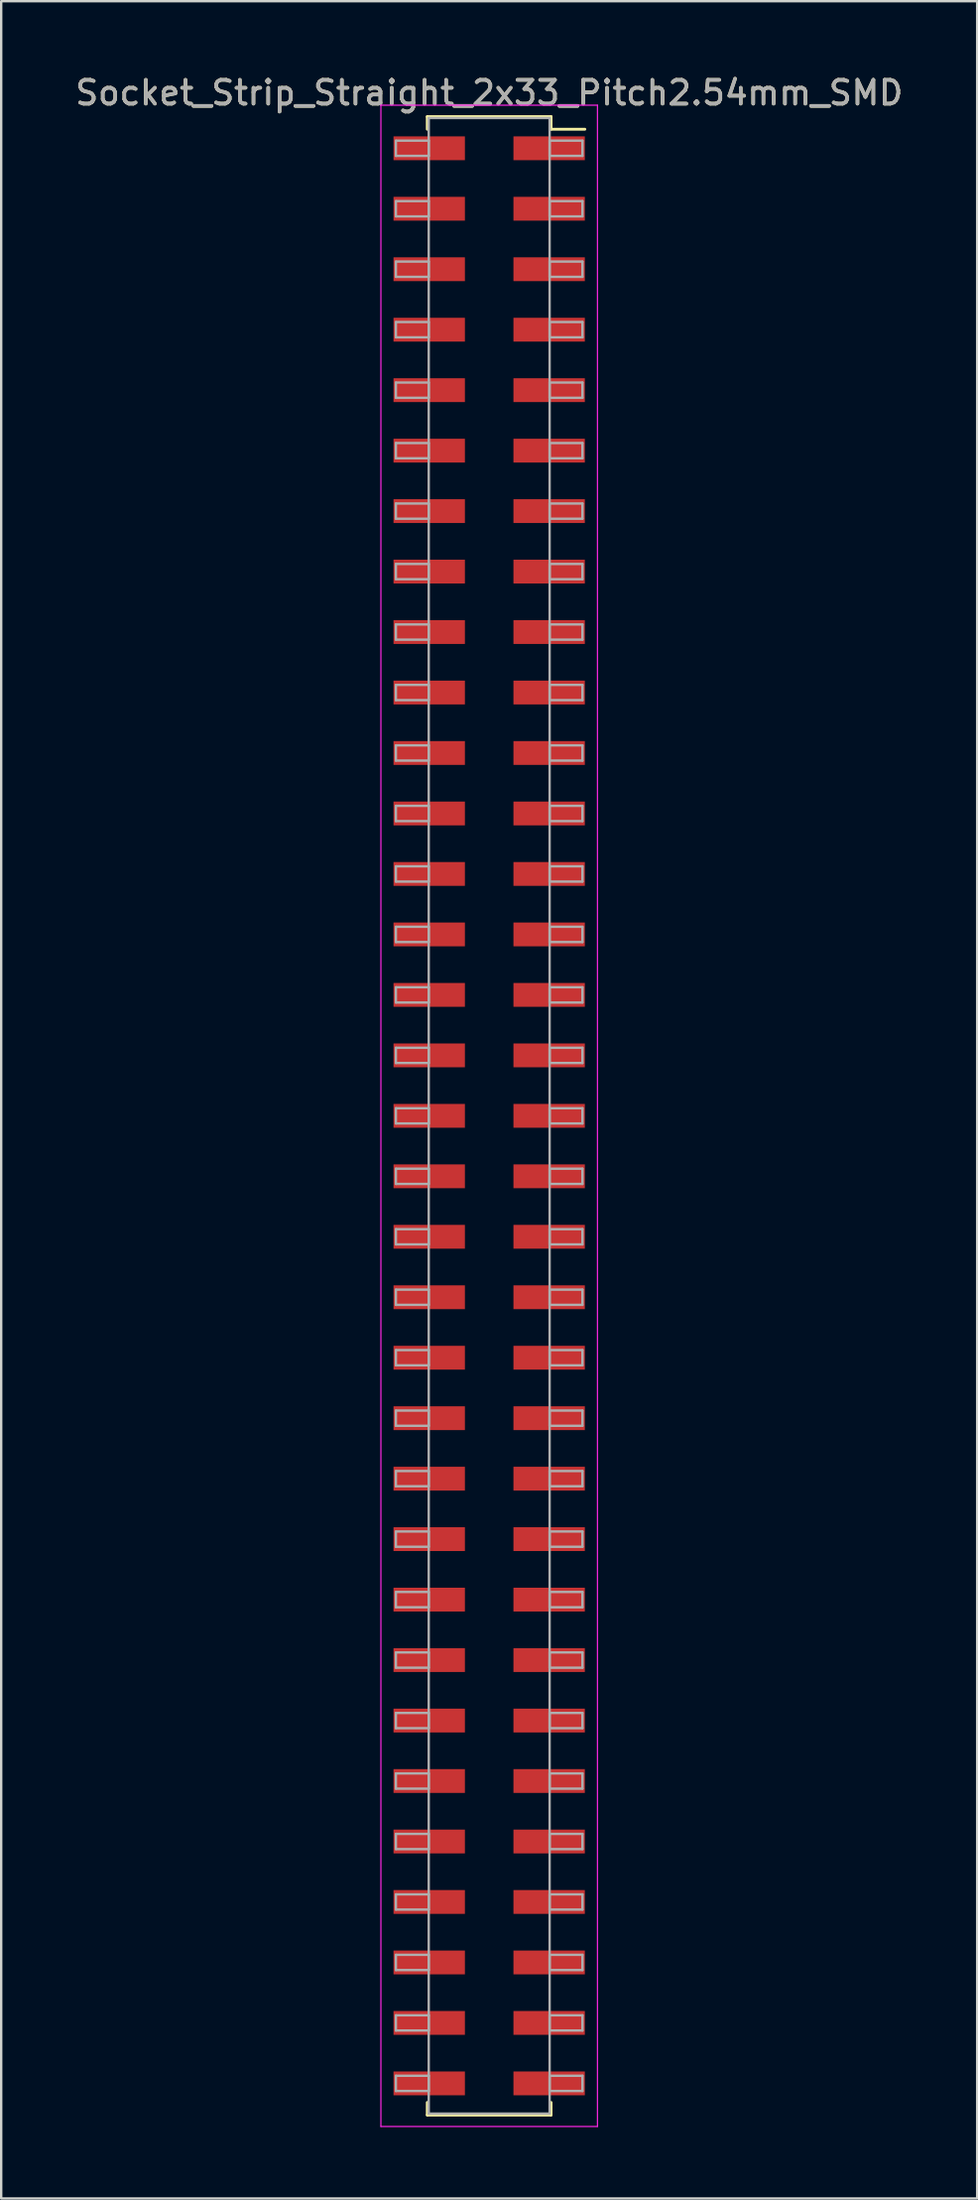
<source format=kicad_pcb>
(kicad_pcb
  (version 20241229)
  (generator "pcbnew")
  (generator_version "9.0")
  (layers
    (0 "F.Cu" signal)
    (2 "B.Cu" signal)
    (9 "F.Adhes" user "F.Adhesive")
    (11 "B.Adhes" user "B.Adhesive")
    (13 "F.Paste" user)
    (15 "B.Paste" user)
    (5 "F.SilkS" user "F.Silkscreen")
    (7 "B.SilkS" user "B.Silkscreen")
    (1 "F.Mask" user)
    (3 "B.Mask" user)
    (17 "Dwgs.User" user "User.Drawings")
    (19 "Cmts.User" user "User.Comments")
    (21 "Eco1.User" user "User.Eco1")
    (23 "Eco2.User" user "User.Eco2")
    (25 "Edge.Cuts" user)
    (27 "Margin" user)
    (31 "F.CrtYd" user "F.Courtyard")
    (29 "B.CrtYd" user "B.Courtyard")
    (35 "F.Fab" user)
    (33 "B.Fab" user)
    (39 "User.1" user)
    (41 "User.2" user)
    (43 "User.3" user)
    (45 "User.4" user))
  (footprint "Socket_Strip_Straight_2x33_Pitch2.54mm_SMD"
    (layer "F.Cu")
    (at 17.506 43.818)
    (property "Reference" "Socket_Strip_Straight_2x33_Pitch2.54mm_SMD" (at 0 -42.97 0) (layer "F.SilkS") (effects (font (size 1 1) (thickness 0.15))))
    (attr smd)
    (fp_line (start -2.6 -41.97) (end 2.6 -41.97) (stroke (width 0.12) (type solid)) (layer "F.SilkS"))
    (fp_line (start -2.6 -41.44) (end -2.6 -41.97) (stroke (width 0.12) (type solid)) (layer "F.SilkS"))
    (fp_line (start -2.6 41.44) (end -2.6 41.97) (stroke (width 0.12) (type solid)) (layer "F.SilkS"))
    (fp_line (start -2.6 41.97) (end 2.6 41.97) (stroke (width 0.12) (type solid)) (layer "F.SilkS"))
    (fp_line (start 2.6 -41.97) (end 2.6 -41.44) (stroke (width 0.12) (type solid)) (layer "F.SilkS"))
    (fp_line (start 2.6 41.97) (end 2.6 41.44) (stroke (width 0.12) (type solid)) (layer "F.SilkS"))
    (fp_line (start 4.02 -41.44) (end 2.6 -41.44) (stroke (width 0.12) (type solid)) (layer "F.SilkS"))
    (fp_line (start -4.55 -42.45) (end -4.55 42.45) (stroke (width 0.05) (type solid)) (layer "F.CrtYd"))
    (fp_line (start -4.55 42.45) (end 4.55 42.45) (stroke (width 0.05) (type solid)) (layer "F.CrtYd"))
    (fp_line (start 4.55 -42.45) (end -4.55 -42.45) (stroke (width 0.05) (type solid)) (layer "F.CrtYd"))
    (fp_line (start 4.55 42.45) (end 4.55 -42.45) (stroke (width 0.05) (type solid)) (layer "F.CrtYd"))
    (fp_line (start -3.92 -40.96) (end -2.54 -40.96) (stroke (width 0.1) (type solid)) (layer "F.Fab"))
    (fp_line (start -3.92 -40.32) (end -3.92 -40.96) (stroke (width 0.1) (type solid)) (layer "F.Fab"))
    (fp_line (start -3.92 -38.42) (end -2.54 -38.42) (stroke (width 0.1) (type solid)) (layer "F.Fab"))
    (fp_line (start -3.92 -37.78) (end -3.92 -38.42) (stroke (width 0.1) (type solid)) (layer "F.Fab"))
    (fp_line (start -3.92 -35.88) (end -2.54 -35.88) (stroke (width 0.1) (type solid)) (layer "F.Fab"))
    (fp_line (start -3.92 -35.24) (end -3.92 -35.88) (stroke (width 0.1) (type solid)) (layer "F.Fab"))
    (fp_line (start -3.92 -33.34) (end -2.54 -33.34) (stroke (width 0.1) (type solid)) (layer "F.Fab"))
    (fp_line (start -3.92 -32.7) (end -3.92 -33.34) (stroke (width 0.1) (type solid)) (layer "F.Fab"))
    (fp_line (start -3.92 -30.8) (end -2.54 -30.8) (stroke (width 0.1) (type solid)) (layer "F.Fab"))
    (fp_line (start -3.92 -30.16) (end -3.92 -30.8) (stroke (width 0.1) (type solid)) (layer "F.Fab"))
    (fp_line (start -3.92 -28.26) (end -2.54 -28.26) (stroke (width 0.1) (type solid)) (layer "F.Fab"))
    (fp_line (start -3.92 -27.62) (end -3.92 -28.26) (stroke (width 0.1) (type solid)) (layer "F.Fab"))
    (fp_line (start -3.92 -25.72) (end -2.54 -25.72) (stroke (width 0.1) (type solid)) (layer "F.Fab"))
    (fp_line (start -3.92 -25.08) (end -3.92 -25.72) (stroke (width 0.1) (type solid)) (layer "F.Fab"))
    (fp_line (start -3.92 -23.18) (end -2.54 -23.18) (stroke (width 0.1) (type solid)) (layer "F.Fab"))
    (fp_line (start -3.92 -22.54) (end -3.92 -23.18) (stroke (width 0.1) (type solid)) (layer "F.Fab"))
    (fp_line (start -3.92 -20.64) (end -2.54 -20.64) (stroke (width 0.1) (type solid)) (layer "F.Fab"))
    (fp_line (start -3.92 -20) (end -3.92 -20.64) (stroke (width 0.1) (type solid)) (layer "F.Fab"))
    (fp_line (start -3.92 -18.1) (end -2.54 -18.1) (stroke (width 0.1) (type solid)) (layer "F.Fab"))
    (fp_line (start -3.92 -17.46) (end -3.92 -18.1) (stroke (width 0.1) (type solid)) (layer "F.Fab"))
    (fp_line (start -3.92 -15.56) (end -2.54 -15.56) (stroke (width 0.1) (type solid)) (layer "F.Fab"))
    (fp_line (start -3.92 -14.92) (end -3.92 -15.56) (stroke (width 0.1) (type solid)) (layer "F.Fab"))
    (fp_line (start -3.92 -13.02) (end -2.54 -13.02) (stroke (width 0.1) (type solid)) (layer "F.Fab"))
    (fp_line (start -3.92 -12.38) (end -3.92 -13.02) (stroke (width 0.1) (type solid)) (layer "F.Fab"))
    (fp_line (start -3.92 -10.48) (end -2.54 -10.48) (stroke (width 0.1) (type solid)) (layer "F.Fab"))
    (fp_line (start -3.92 -9.84) (end -3.92 -10.48) (stroke (width 0.1) (type solid)) (layer "F.Fab"))
    (fp_line (start -3.92 -7.94) (end -2.54 -7.94) (stroke (width 0.1) (type solid)) (layer "F.Fab"))
    (fp_line (start -3.92 -7.3) (end -3.92 -7.94) (stroke (width 0.1) (type solid)) (layer "F.Fab"))
    (fp_line (start -3.92 -5.4) (end -2.54 -5.4) (stroke (width 0.1) (type solid)) (layer "F.Fab"))
    (fp_line (start -3.92 -4.76) (end -3.92 -5.4) (stroke (width 0.1) (type solid)) (layer "F.Fab"))
    (fp_line (start -3.92 -2.86) (end -2.54 -2.86) (stroke (width 0.1) (type solid)) (layer "F.Fab"))
    (fp_line (start -3.92 -2.22) (end -3.92 -2.86) (stroke (width 0.1) (type solid)) (layer "F.Fab"))
    (fp_line (start -3.92 -0.32) (end -2.54 -0.32) (stroke (width 0.1) (type solid)) (layer "F.Fab"))
    (fp_line (start -3.92 0.32) (end -3.92 -0.32) (stroke (width 0.1) (type solid)) (layer "F.Fab"))
    (fp_line (start -3.92 2.22) (end -2.54 2.22) (stroke (width 0.1) (type solid)) (layer "F.Fab"))
    (fp_line (start -3.92 2.86) (end -3.92 2.22) (stroke (width 0.1) (type solid)) (layer "F.Fab"))
    (fp_line (start -3.92 4.76) (end -2.54 4.76) (stroke (width 0.1) (type solid)) (layer "F.Fab"))
    (fp_line (start -3.92 5.4) (end -3.92 4.76) (stroke (width 0.1) (type solid)) (layer "F.Fab"))
    (fp_line (start -3.92 7.3) (end -2.54 7.3) (stroke (width 0.1) (type solid)) (layer "F.Fab"))
    (fp_line (start -3.92 7.94) (end -3.92 7.3) (stroke (width 0.1) (type solid)) (layer "F.Fab"))
    (fp_line (start -3.92 9.84) (end -2.54 9.84) (stroke (width 0.1) (type solid)) (layer "F.Fab"))
    (fp_line (start -3.92 10.48) (end -3.92 9.84) (stroke (width 0.1) (type solid)) (layer "F.Fab"))
    (fp_line (start -3.92 12.38) (end -2.54 12.38) (stroke (width 0.1) (type solid)) (layer "F.Fab"))
    (fp_line (start -3.92 13.02) (end -3.92 12.38) (stroke (width 0.1) (type solid)) (layer "F.Fab"))
    (fp_line (start -3.92 14.92) (end -2.54 14.92) (stroke (width 0.1) (type solid)) (layer "F.Fab"))
    (fp_line (start -3.92 15.56) (end -3.92 14.92) (stroke (width 0.1) (type solid)) (layer "F.Fab"))
    (fp_line (start -3.92 17.46) (end -2.54 17.46) (stroke (width 0.1) (type solid)) (layer "F.Fab"))
    (fp_line (start -3.92 18.1) (end -3.92 17.46) (stroke (width 0.1) (type solid)) (layer "F.Fab"))
    (fp_line (start -3.92 20) (end -2.54 20) (stroke (width 0.1) (type solid)) (layer "F.Fab"))
    (fp_line (start -3.92 20.64) (end -3.92 20) (stroke (width 0.1) (type solid)) (layer "F.Fab"))
    (fp_line (start -3.92 22.54) (end -2.54 22.54) (stroke (width 0.1) (type solid)) (layer "F.Fab"))
    (fp_line (start -3.92 23.18) (end -3.92 22.54) (stroke (width 0.1) (type solid)) (layer "F.Fab"))
    (fp_line (start -3.92 25.08) (end -2.54 25.08) (stroke (width 0.1) (type solid)) (layer "F.Fab"))
    (fp_line (start -3.92 25.72) (end -3.92 25.08) (stroke (width 0.1) (type solid)) (layer "F.Fab"))
    (fp_line (start -3.92 27.62) (end -2.54 27.62) (stroke (width 0.1) (type solid)) (layer "F.Fab"))
    (fp_line (start -3.92 28.26) (end -3.92 27.62) (stroke (width 0.1) (type solid)) (layer "F.Fab"))
    (fp_line (start -3.92 30.16) (end -2.54 30.16) (stroke (width 0.1) (type solid)) (layer "F.Fab"))
    (fp_line (start -3.92 30.8) (end -3.92 30.16) (stroke (width 0.1) (type solid)) (layer "F.Fab"))
    (fp_line (start -3.92 32.7) (end -2.54 32.7) (stroke (width 0.1) (type solid)) (layer "F.Fab"))
    (fp_line (start -3.92 33.34) (end -3.92 32.7) (stroke (width 0.1) (type solid)) (layer "F.Fab"))
    (fp_line (start -3.92 35.24) (end -2.54 35.24) (stroke (width 0.1) (type solid)) (layer "F.Fab"))
    (fp_line (start -3.92 35.88) (end -3.92 35.24) (stroke (width 0.1) (type solid)) (layer "F.Fab"))
    (fp_line (start -3.92 37.78) (end -2.54 37.78) (stroke (width 0.1) (type solid)) (layer "F.Fab"))
    (fp_line (start -3.92 38.42) (end -3.92 37.78) (stroke (width 0.1) (type solid)) (layer "F.Fab"))
    (fp_line (start -3.92 40.32) (end -2.54 40.32) (stroke (width 0.1) (type solid)) (layer "F.Fab"))
    (fp_line (start -3.92 40.96) (end -3.92 40.32) (stroke (width 0.1) (type solid)) (layer "F.Fab"))
    (fp_line (start -2.54 -41.91) (end -2.54 41.91) (stroke (width 0.1) (type solid)) (layer "F.Fab"))
    (fp_line (start -2.54 -40.96) (end -2.54 -40.32) (stroke (width 0.1) (type solid)) (layer "F.Fab"))
    (fp_line (start -2.54 -40.32) (end -3.92 -40.32) (stroke (width 0.1) (type solid)) (layer "F.Fab"))
    (fp_line (start -2.54 -38.42) (end -2.54 -37.78) (stroke (width 0.1) (type solid)) (layer "F.Fab"))
    (fp_line (start -2.54 -37.78) (end -3.92 -37.78) (stroke (width 0.1) (type solid)) (layer "F.Fab"))
    (fp_line (start -2.54 -35.88) (end -2.54 -35.24) (stroke (width 0.1) (type solid)) (layer "F.Fab"))
    (fp_line (start -2.54 -35.24) (end -3.92 -35.24) (stroke (width 0.1) (type solid)) (layer "F.Fab"))
    (fp_line (start -2.54 -33.34) (end -2.54 -32.7) (stroke (width 0.1) (type solid)) (layer "F.Fab"))
    (fp_line (start -2.54 -32.7) (end -3.92 -32.7) (stroke (width 0.1) (type solid)) (layer "F.Fab"))
    (fp_line (start -2.54 -30.8) (end -2.54 -30.16) (stroke (width 0.1) (type solid)) (layer "F.Fab"))
    (fp_line (start -2.54 -30.16) (end -3.92 -30.16) (stroke (width 0.1) (type solid)) (layer "F.Fab"))
    (fp_line (start -2.54 -28.26) (end -2.54 -27.62) (stroke (width 0.1) (type solid)) (layer "F.Fab"))
    (fp_line (start -2.54 -27.62) (end -3.92 -27.62) (stroke (width 0.1) (type solid)) (layer "F.Fab"))
    (fp_line (start -2.54 -25.72) (end -2.54 -25.08) (stroke (width 0.1) (type solid)) (layer "F.Fab"))
    (fp_line (start -2.54 -25.08) (end -3.92 -25.08) (stroke (width 0.1) (type solid)) (layer "F.Fab"))
    (fp_line (start -2.54 -23.18) (end -2.54 -22.54) (stroke (width 0.1) (type solid)) (layer "F.Fab"))
    (fp_line (start -2.54 -22.54) (end -3.92 -22.54) (stroke (width 0.1) (type solid)) (layer "F.Fab"))
    (fp_line (start -2.54 -20.64) (end -2.54 -20) (stroke (width 0.1) (type solid)) (layer "F.Fab"))
    (fp_line (start -2.54 -20) (end -3.92 -20) (stroke (width 0.1) (type solid)) (layer "F.Fab"))
    (fp_line (start -2.54 -18.1) (end -2.54 -17.46) (stroke (width 0.1) (type solid)) (layer "F.Fab"))
    (fp_line (start -2.54 -17.46) (end -3.92 -17.46) (stroke (width 0.1) (type solid)) (layer "F.Fab"))
    (fp_line (start -2.54 -15.56) (end -2.54 -14.92) (stroke (width 0.1) (type solid)) (layer "F.Fab"))
    (fp_line (start -2.54 -14.92) (end -3.92 -14.92) (stroke (width 0.1) (type solid)) (layer "F.Fab"))
    (fp_line (start -2.54 -13.02) (end -2.54 -12.38) (stroke (width 0.1) (type solid)) (layer "F.Fab"))
    (fp_line (start -2.54 -12.38) (end -3.92 -12.38) (stroke (width 0.1) (type solid)) (layer "F.Fab"))
    (fp_line (start -2.54 -10.48) (end -2.54 -9.84) (stroke (width 0.1) (type solid)) (layer "F.Fab"))
    (fp_line (start -2.54 -9.84) (end -3.92 -9.84) (stroke (width 0.1) (type solid)) (layer "F.Fab"))
    (fp_line (start -2.54 -7.94) (end -2.54 -7.3) (stroke (width 0.1) (type solid)) (layer "F.Fab"))
    (fp_line (start -2.54 -7.3) (end -3.92 -7.3) (stroke (width 0.1) (type solid)) (layer "F.Fab"))
    (fp_line (start -2.54 -5.4) (end -2.54 -4.76) (stroke (width 0.1) (type solid)) (layer "F.Fab"))
    (fp_line (start -2.54 -4.76) (end -3.92 -4.76) (stroke (width 0.1) (type solid)) (layer "F.Fab"))
    (fp_line (start -2.54 -2.86) (end -2.54 -2.22) (stroke (width 0.1) (type solid)) (layer "F.Fab"))
    (fp_line (start -2.54 -2.22) (end -3.92 -2.22) (stroke (width 0.1) (type solid)) (layer "F.Fab"))
    (fp_line (start -2.54 -0.32) (end -2.54 0.32) (stroke (width 0.1) (type solid)) (layer "F.Fab"))
    (fp_line (start -2.54 0.32) (end -3.92 0.32) (stroke (width 0.1) (type solid)) (layer "F.Fab"))
    (fp_line (start -2.54 2.22) (end -2.54 2.86) (stroke (width 0.1) (type solid)) (layer "F.Fab"))
    (fp_line (start -2.54 2.86) (end -3.92 2.86) (stroke (width 0.1) (type solid)) (layer "F.Fab"))
    (fp_line (start -2.54 4.76) (end -2.54 5.4) (stroke (width 0.1) (type solid)) (layer "F.Fab"))
    (fp_line (start -2.54 5.4) (end -3.92 5.4) (stroke (width 0.1) (type solid)) (layer "F.Fab"))
    (fp_line (start -2.54 7.3) (end -2.54 7.94) (stroke (width 0.1) (type solid)) (layer "F.Fab"))
    (fp_line (start -2.54 7.94) (end -3.92 7.94) (stroke (width 0.1) (type solid)) (layer "F.Fab"))
    (fp_line (start -2.54 9.84) (end -2.54 10.48) (stroke (width 0.1) (type solid)) (layer "F.Fab"))
    (fp_line (start -2.54 10.48) (end -3.92 10.48) (stroke (width 0.1) (type solid)) (layer "F.Fab"))
    (fp_line (start -2.54 12.38) (end -2.54 13.02) (stroke (width 0.1) (type solid)) (layer "F.Fab"))
    (fp_line (start -2.54 13.02) (end -3.92 13.02) (stroke (width 0.1) (type solid)) (layer "F.Fab"))
    (fp_line (start -2.54 14.92) (end -2.54 15.56) (stroke (width 0.1) (type solid)) (layer "F.Fab"))
    (fp_line (start -2.54 15.56) (end -3.92 15.56) (stroke (width 0.1) (type solid)) (layer "F.Fab"))
    (fp_line (start -2.54 17.46) (end -2.54 18.1) (stroke (width 0.1) (type solid)) (layer "F.Fab"))
    (fp_line (start -2.54 18.1) (end -3.92 18.1) (stroke (width 0.1) (type solid)) (layer "F.Fab"))
    (fp_line (start -2.54 20) (end -2.54 20.64) (stroke (width 0.1) (type solid)) (layer "F.Fab"))
    (fp_line (start -2.54 20.64) (end -3.92 20.64) (stroke (width 0.1) (type solid)) (layer "F.Fab"))
    (fp_line (start -2.54 22.54) (end -2.54 23.18) (stroke (width 0.1) (type solid)) (layer "F.Fab"))
    (fp_line (start -2.54 23.18) (end -3.92 23.18) (stroke (width 0.1) (type solid)) (layer "F.Fab"))
    (fp_line (start -2.54 25.08) (end -2.54 25.72) (stroke (width 0.1) (type solid)) (layer "F.Fab"))
    (fp_line (start -2.54 25.72) (end -3.92 25.72) (stroke (width 0.1) (type solid)) (layer "F.Fab"))
    (fp_line (start -2.54 27.62) (end -2.54 28.26) (stroke (width 0.1) (type solid)) (layer "F.Fab"))
    (fp_line (start -2.54 28.26) (end -3.92 28.26) (stroke (width 0.1) (type solid)) (layer "F.Fab"))
    (fp_line (start -2.54 30.16) (end -2.54 30.8) (stroke (width 0.1) (type solid)) (layer "F.Fab"))
    (fp_line (start -2.54 30.8) (end -3.92 30.8) (stroke (width 0.1) (type solid)) (layer "F.Fab"))
    (fp_line (start -2.54 32.7) (end -2.54 33.34) (stroke (width 0.1) (type solid)) (layer "F.Fab"))
    (fp_line (start -2.54 33.34) (end -3.92 33.34) (stroke (width 0.1) (type solid)) (layer "F.Fab"))
    (fp_line (start -2.54 35.24) (end -2.54 35.88) (stroke (width 0.1) (type solid)) (layer "F.Fab"))
    (fp_line (start -2.54 35.88) (end -3.92 35.88) (stroke (width 0.1) (type solid)) (layer "F.Fab"))
    (fp_line (start -2.54 37.78) (end -2.54 38.42) (stroke (width 0.1) (type solid)) (layer "F.Fab"))
    (fp_line (start -2.54 38.42) (end -3.92 38.42) (stroke (width 0.1) (type solid)) (layer "F.Fab"))
    (fp_line (start -2.54 40.32) (end -2.54 40.96) (stroke (width 0.1) (type solid)) (layer "F.Fab"))
    (fp_line (start -2.54 40.96) (end -3.92 40.96) (stroke (width 0.1) (type solid)) (layer "F.Fab"))
    (fp_line (start -2.54 41.91) (end 2.54 41.91) (stroke (width 0.1) (type solid)) (layer "F.Fab"))
    (fp_line (start 2.54 -41.91) (end -2.54 -41.91) (stroke (width 0.1) (type solid)) (layer "F.Fab"))
    (fp_line (start 2.54 -40.96) (end 2.54 -40.32) (stroke (width 0.1) (type solid)) (layer "F.Fab"))
    (fp_line (start 2.54 -40.32) (end 3.92 -40.32) (stroke (width 0.1) (type solid)) (layer "F.Fab"))
    (fp_line (start 2.54 -38.42) (end 2.54 -37.78) (stroke (width 0.1) (type solid)) (layer "F.Fab"))
    (fp_line (start 2.54 -37.78) (end 3.92 -37.78) (stroke (width 0.1) (type solid)) (layer "F.Fab"))
    (fp_line (start 2.54 -35.88) (end 2.54 -35.24) (stroke (width 0.1) (type solid)) (layer "F.Fab"))
    (fp_line (start 2.54 -35.24) (end 3.92 -35.24) (stroke (width 0.1) (type solid)) (layer "F.Fab"))
    (fp_line (start 2.54 -33.34) (end 2.54 -32.7) (stroke (width 0.1) (type solid)) (layer "F.Fab"))
    (fp_line (start 2.54 -32.7) (end 3.92 -32.7) (stroke (width 0.1) (type solid)) (layer "F.Fab"))
    (fp_line (start 2.54 -30.8) (end 2.54 -30.16) (stroke (width 0.1) (type solid)) (layer "F.Fab"))
    (fp_line (start 2.54 -30.16) (end 3.92 -30.16) (stroke (width 0.1) (type solid)) (layer "F.Fab"))
    (fp_line (start 2.54 -28.26) (end 2.54 -27.62) (stroke (width 0.1) (type solid)) (layer "F.Fab"))
    (fp_line (start 2.54 -27.62) (end 3.92 -27.62) (stroke (width 0.1) (type solid)) (layer "F.Fab"))
    (fp_line (start 2.54 -25.72) (end 2.54 -25.08) (stroke (width 0.1) (type solid)) (layer "F.Fab"))
    (fp_line (start 2.54 -25.08) (end 3.92 -25.08) (stroke (width 0.1) (type solid)) (layer "F.Fab"))
    (fp_line (start 2.54 -23.18) (end 2.54 -22.54) (stroke (width 0.1) (type solid)) (layer "F.Fab"))
    (fp_line (start 2.54 -22.54) (end 3.92 -22.54) (stroke (width 0.1) (type solid)) (layer "F.Fab"))
    (fp_line (start 2.54 -20.64) (end 2.54 -20) (stroke (width 0.1) (type solid)) (layer "F.Fab"))
    (fp_line (start 2.54 -20) (end 3.92 -20) (stroke (width 0.1) (type solid)) (layer "F.Fab"))
    (fp_line (start 2.54 -18.1) (end 2.54 -17.46) (stroke (width 0.1) (type solid)) (layer "F.Fab"))
    (fp_line (start 2.54 -17.46) (end 3.92 -17.46) (stroke (width 0.1) (type solid)) (layer "F.Fab"))
    (fp_line (start 2.54 -15.56) (end 2.54 -14.92) (stroke (width 0.1) (type solid)) (layer "F.Fab"))
    (fp_line (start 2.54 -14.92) (end 3.92 -14.92) (stroke (width 0.1) (type solid)) (layer "F.Fab"))
    (fp_line (start 2.54 -13.02) (end 2.54 -12.38) (stroke (width 0.1) (type solid)) (layer "F.Fab"))
    (fp_line (start 2.54 -12.38) (end 3.92 -12.38) (stroke (width 0.1) (type solid)) (layer "F.Fab"))
    (fp_line (start 2.54 -10.48) (end 2.54 -9.84) (stroke (width 0.1) (type solid)) (layer "F.Fab"))
    (fp_line (start 2.54 -9.84) (end 3.92 -9.84) (stroke (width 0.1) (type solid)) (layer "F.Fab"))
    (fp_line (start 2.54 -7.94) (end 2.54 -7.3) (stroke (width 0.1) (type solid)) (layer "F.Fab"))
    (fp_line (start 2.54 -7.3) (end 3.92 -7.3) (stroke (width 0.1) (type solid)) (layer "F.Fab"))
    (fp_line (start 2.54 -5.4) (end 2.54 -4.76) (stroke (width 0.1) (type solid)) (layer "F.Fab"))
    (fp_line (start 2.54 -4.76) (end 3.92 -4.76) (stroke (width 0.1) (type solid)) (layer "F.Fab"))
    (fp_line (start 2.54 -2.86) (end 2.54 -2.22) (stroke (width 0.1) (type solid)) (layer "F.Fab"))
    (fp_line (start 2.54 -2.22) (end 3.92 -2.22) (stroke (width 0.1) (type solid)) (layer "F.Fab"))
    (fp_line (start 2.54 -0.32) (end 2.54 0.32) (stroke (width 0.1) (type solid)) (layer "F.Fab"))
    (fp_line (start 2.54 0.32) (end 3.92 0.32) (stroke (width 0.1) (type solid)) (layer "F.Fab"))
    (fp_line (start 2.54 2.22) (end 2.54 2.86) (stroke (width 0.1) (type solid)) (layer "F.Fab"))
    (fp_line (start 2.54 2.86) (end 3.92 2.86) (stroke (width 0.1) (type solid)) (layer "F.Fab"))
    (fp_line (start 2.54 4.76) (end 2.54 5.4) (stroke (width 0.1) (type solid)) (layer "F.Fab"))
    (fp_line (start 2.54 5.4) (end 3.92 5.4) (stroke (width 0.1) (type solid)) (layer "F.Fab"))
    (fp_line (start 2.54 7.3) (end 2.54 7.94) (stroke (width 0.1) (type solid)) (layer "F.Fab"))
    (fp_line (start 2.54 7.94) (end 3.92 7.94) (stroke (width 0.1) (type solid)) (layer "F.Fab"))
    (fp_line (start 2.54 9.84) (end 2.54 10.48) (stroke (width 0.1) (type solid)) (layer "F.Fab"))
    (fp_line (start 2.54 10.48) (end 3.92 10.48) (stroke (width 0.1) (type solid)) (layer "F.Fab"))
    (fp_line (start 2.54 12.38) (end 2.54 13.02) (stroke (width 0.1) (type solid)) (layer "F.Fab"))
    (fp_line (start 2.54 13.02) (end 3.92 13.02) (stroke (width 0.1) (type solid)) (layer "F.Fab"))
    (fp_line (start 2.54 14.92) (end 2.54 15.56) (stroke (width 0.1) (type solid)) (layer "F.Fab"))
    (fp_line (start 2.54 15.56) (end 3.92 15.56) (stroke (width 0.1) (type solid)) (layer "F.Fab"))
    (fp_line (start 2.54 17.46) (end 2.54 18.1) (stroke (width 0.1) (type solid)) (layer "F.Fab"))
    (fp_line (start 2.54 18.1) (end 3.92 18.1) (stroke (width 0.1) (type solid)) (layer "F.Fab"))
    (fp_line (start 2.54 20) (end 2.54 20.64) (stroke (width 0.1) (type solid)) (layer "F.Fab"))
    (fp_line (start 2.54 20.64) (end 3.92 20.64) (stroke (width 0.1) (type solid)) (layer "F.Fab"))
    (fp_line (start 2.54 22.54) (end 2.54 23.18) (stroke (width 0.1) (type solid)) (layer "F.Fab"))
    (fp_line (start 2.54 23.18) (end 3.92 23.18) (stroke (width 0.1) (type solid)) (layer "F.Fab"))
    (fp_line (start 2.54 25.08) (end 2.54 25.72) (stroke (width 0.1) (type solid)) (layer "F.Fab"))
    (fp_line (start 2.54 25.72) (end 3.92 25.72) (stroke (width 0.1) (type solid)) (layer "F.Fab"))
    (fp_line (start 2.54 27.62) (end 2.54 28.26) (stroke (width 0.1) (type solid)) (layer "F.Fab"))
    (fp_line (start 2.54 28.26) (end 3.92 28.26) (stroke (width 0.1) (type solid)) (layer "F.Fab"))
    (fp_line (start 2.54 30.16) (end 2.54 30.8) (stroke (width 0.1) (type solid)) (layer "F.Fab"))
    (fp_line (start 2.54 30.8) (end 3.92 30.8) (stroke (width 0.1) (type solid)) (layer "F.Fab"))
    (fp_line (start 2.54 32.7) (end 2.54 33.34) (stroke (width 0.1) (type solid)) (layer "F.Fab"))
    (fp_line (start 2.54 33.34) (end 3.92 33.34) (stroke (width 0.1) (type solid)) (layer "F.Fab"))
    (fp_line (start 2.54 35.24) (end 2.54 35.88) (stroke (width 0.1) (type solid)) (layer "F.Fab"))
    (fp_line (start 2.54 35.88) (end 3.92 35.88) (stroke (width 0.1) (type solid)) (layer "F.Fab"))
    (fp_line (start 2.54 37.78) (end 2.54 38.42) (stroke (width 0.1) (type solid)) (layer "F.Fab"))
    (fp_line (start 2.54 38.42) (end 3.92 38.42) (stroke (width 0.1) (type solid)) (layer "F.Fab"))
    (fp_line (start 2.54 40.32) (end 2.54 40.96) (stroke (width 0.1) (type solid)) (layer "F.Fab"))
    (fp_line (start 2.54 40.96) (end 3.92 40.96) (stroke (width 0.1) (type solid)) (layer "F.Fab"))
    (fp_line (start 2.54 41.91) (end 2.54 -41.91) (stroke (width 0.1) (type solid)) (layer "F.Fab"))
    (fp_line (start 3.92 -40.96) (end 2.54 -40.96) (stroke (width 0.1) (type solid)) (layer "F.Fab"))
    (fp_line (start 3.92 -40.32) (end 3.92 -40.96) (stroke (width 0.1) (type solid)) (layer "F.Fab"))
    (fp_line (start 3.92 -38.42) (end 2.54 -38.42) (stroke (width 0.1) (type solid)) (layer "F.Fab"))
    (fp_line (start 3.92 -37.78) (end 3.92 -38.42) (stroke (width 0.1) (type solid)) (layer "F.Fab"))
    (fp_line (start 3.92 -35.88) (end 2.54 -35.88) (stroke (width 0.1) (type solid)) (layer "F.Fab"))
    (fp_line (start 3.92 -35.24) (end 3.92 -35.88) (stroke (width 0.1) (type solid)) (layer "F.Fab"))
    (fp_line (start 3.92 -33.34) (end 2.54 -33.34) (stroke (width 0.1) (type solid)) (layer "F.Fab"))
    (fp_line (start 3.92 -32.7) (end 3.92 -33.34) (stroke (width 0.1) (type solid)) (layer "F.Fab"))
    (fp_line (start 3.92 -30.8) (end 2.54 -30.8) (stroke (width 0.1) (type solid)) (layer "F.Fab"))
    (fp_line (start 3.92 -30.16) (end 3.92 -30.8) (stroke (width 0.1) (type solid)) (layer "F.Fab"))
    (fp_line (start 3.92 -28.26) (end 2.54 -28.26) (stroke (width 0.1) (type solid)) (layer "F.Fab"))
    (fp_line (start 3.92 -27.62) (end 3.92 -28.26) (stroke (width 0.1) (type solid)) (layer "F.Fab"))
    (fp_line (start 3.92 -25.72) (end 2.54 -25.72) (stroke (width 0.1) (type solid)) (layer "F.Fab"))
    (fp_line (start 3.92 -25.08) (end 3.92 -25.72) (stroke (width 0.1) (type solid)) (layer "F.Fab"))
    (fp_line (start 3.92 -23.18) (end 2.54 -23.18) (stroke (width 0.1) (type solid)) (layer "F.Fab"))
    (fp_line (start 3.92 -22.54) (end 3.92 -23.18) (stroke (width 0.1) (type solid)) (layer "F.Fab"))
    (fp_line (start 3.92 -20.64) (end 2.54 -20.64) (stroke (width 0.1) (type solid)) (layer "F.Fab"))
    (fp_line (start 3.92 -20) (end 3.92 -20.64) (stroke (width 0.1) (type solid)) (layer "F.Fab"))
    (fp_line (start 3.92 -18.1) (end 2.54 -18.1) (stroke (width 0.1) (type solid)) (layer "F.Fab"))
    (fp_line (start 3.92 -17.46) (end 3.92 -18.1) (stroke (width 0.1) (type solid)) (layer "F.Fab"))
    (fp_line (start 3.92 -15.56) (end 2.54 -15.56) (stroke (width 0.1) (type solid)) (layer "F.Fab"))
    (fp_line (start 3.92 -14.92) (end 3.92 -15.56) (stroke (width 0.1) (type solid)) (layer "F.Fab"))
    (fp_line (start 3.92 -13.02) (end 2.54 -13.02) (stroke (width 0.1) (type solid)) (layer "F.Fab"))
    (fp_line (start 3.92 -12.38) (end 3.92 -13.02) (stroke (width 0.1) (type solid)) (layer "F.Fab"))
    (fp_line (start 3.92 -10.48) (end 2.54 -10.48) (stroke (width 0.1) (type solid)) (layer "F.Fab"))
    (fp_line (start 3.92 -9.84) (end 3.92 -10.48) (stroke (width 0.1) (type solid)) (layer "F.Fab"))
    (fp_line (start 3.92 -7.94) (end 2.54 -7.94) (stroke (width 0.1) (type solid)) (layer "F.Fab"))
    (fp_line (start 3.92 -7.3) (end 3.92 -7.94) (stroke (width 0.1) (type solid)) (layer "F.Fab"))
    (fp_line (start 3.92 -5.4) (end 2.54 -5.4) (stroke (width 0.1) (type solid)) (layer "F.Fab"))
    (fp_line (start 3.92 -4.76) (end 3.92 -5.4) (stroke (width 0.1) (type solid)) (layer "F.Fab"))
    (fp_line (start 3.92 -2.86) (end 2.54 -2.86) (stroke (width 0.1) (type solid)) (layer "F.Fab"))
    (fp_line (start 3.92 -2.22) (end 3.92 -2.86) (stroke (width 0.1) (type solid)) (layer "F.Fab"))
    (fp_line (start 3.92 -0.32) (end 2.54 -0.32) (stroke (width 0.1) (type solid)) (layer "F.Fab"))
    (fp_line (start 3.92 0.32) (end 3.92 -0.32) (stroke (width 0.1) (type solid)) (layer "F.Fab"))
    (fp_line (start 3.92 2.22) (end 2.54 2.22) (stroke (width 0.1) (type solid)) (layer "F.Fab"))
    (fp_line (start 3.92 2.86) (end 3.92 2.22) (stroke (width 0.1) (type solid)) (layer "F.Fab"))
    (fp_line (start 3.92 4.76) (end 2.54 4.76) (stroke (width 0.1) (type solid)) (layer "F.Fab"))
    (fp_line (start 3.92 5.4) (end 3.92 4.76) (stroke (width 0.1) (type solid)) (layer "F.Fab"))
    (fp_line (start 3.92 7.3) (end 2.54 7.3) (stroke (width 0.1) (type solid)) (layer "F.Fab"))
    (fp_line (start 3.92 7.94) (end 3.92 7.3) (stroke (width 0.1) (type solid)) (layer "F.Fab"))
    (fp_line (start 3.92 9.84) (end 2.54 9.84) (stroke (width 0.1) (type solid)) (layer "F.Fab"))
    (fp_line (start 3.92 10.48) (end 3.92 9.84) (stroke (width 0.1) (type solid)) (layer "F.Fab"))
    (fp_line (start 3.92 12.38) (end 2.54 12.38) (stroke (width 0.1) (type solid)) (layer "F.Fab"))
    (fp_line (start 3.92 13.02) (end 3.92 12.38) (stroke (width 0.1) (type solid)) (layer "F.Fab"))
    (fp_line (start 3.92 14.92) (end 2.54 14.92) (stroke (width 0.1) (type solid)) (layer "F.Fab"))
    (fp_line (start 3.92 15.56) (end 3.92 14.92) (stroke (width 0.1) (type solid)) (layer "F.Fab"))
    (fp_line (start 3.92 17.46) (end 2.54 17.46) (stroke (width 0.1) (type solid)) (layer "F.Fab"))
    (fp_line (start 3.92 18.1) (end 3.92 17.46) (stroke (width 0.1) (type solid)) (layer "F.Fab"))
    (fp_line (start 3.92 20) (end 2.54 20) (stroke (width 0.1) (type solid)) (layer "F.Fab"))
    (fp_line (start 3.92 20.64) (end 3.92 20) (stroke (width 0.1) (type solid)) (layer "F.Fab"))
    (fp_line (start 3.92 22.54) (end 2.54 22.54) (stroke (width 0.1) (type solid)) (layer "F.Fab"))
    (fp_line (start 3.92 23.18) (end 3.92 22.54) (stroke (width 0.1) (type solid)) (layer "F.Fab"))
    (fp_line (start 3.92 25.08) (end 2.54 25.08) (stroke (width 0.1) (type solid)) (layer "F.Fab"))
    (fp_line (start 3.92 25.72) (end 3.92 25.08) (stroke (width 0.1) (type solid)) (layer "F.Fab"))
    (fp_line (start 3.92 27.62) (end 2.54 27.62) (stroke (width 0.1) (type solid)) (layer "F.Fab"))
    (fp_line (start 3.92 28.26) (end 3.92 27.62) (stroke (width 0.1) (type solid)) (layer "F.Fab"))
    (fp_line (start 3.92 30.16) (end 2.54 30.16) (stroke (width 0.1) (type solid)) (layer "F.Fab"))
    (fp_line (start 3.92 30.8) (end 3.92 30.16) (stroke (width 0.1) (type solid)) (layer "F.Fab"))
    (fp_line (start 3.92 32.7) (end 2.54 32.7) (stroke (width 0.1) (type solid)) (layer "F.Fab"))
    (fp_line (start 3.92 33.34) (end 3.92 32.7) (stroke (width 0.1) (type solid)) (layer "F.Fab"))
    (fp_line (start 3.92 35.24) (end 2.54 35.24) (stroke (width 0.1) (type solid)) (layer "F.Fab"))
    (fp_line (start 3.92 35.88) (end 3.92 35.24) (stroke (width 0.1) (type solid)) (layer "F.Fab"))
    (fp_line (start 3.92 37.78) (end 2.54 37.78) (stroke (width 0.1) (type solid)) (layer "F.Fab"))
    (fp_line (start 3.92 38.42) (end 3.92 37.78) (stroke (width 0.1) (type solid)) (layer "F.Fab"))
    (fp_line (start 3.92 40.32) (end 2.54 40.32) (stroke (width 0.1) (type solid)) (layer "F.Fab"))
    (fp_line (start 3.92 40.96) (end 3.92 40.32) (stroke (width 0.1) (type solid)) (layer "F.Fab"))
    (fp_text user "${REFERENCE}" (at 0 -42.97 0) (layer "F.Fab") (effects (font (size 1 1) (thickness 0.15))))
    (pad "1" smd rect (at 2.52 -40.64) (size 3 1) (layers "F.Cu" "F.Mask" "F.Paste"))
    (pad "2" smd rect (at -2.52 -40.64) (size 3 1) (layers "F.Cu" "F.Mask" "F.Paste"))
    (pad "3" smd rect (at 2.52 -38.1) (size 3 1) (layers "F.Cu" "F.Mask" "F.Paste"))
    (pad "4" smd rect (at -2.52 -38.1) (size 3 1) (layers "F.Cu" "F.Mask" "F.Paste"))
    (pad "5" smd rect (at 2.52 -35.56) (size 3 1) (layers "F.Cu" "F.Mask" "F.Paste"))
    (pad "6" smd rect (at -2.52 -35.56) (size 3 1) (layers "F.Cu" "F.Mask" "F.Paste"))
    (pad "7" smd rect (at 2.52 -33.02) (size 3 1) (layers "F.Cu" "F.Mask" "F.Paste"))
    (pad "8" smd rect (at -2.52 -33.02) (size 3 1) (layers "F.Cu" "F.Mask" "F.Paste"))
    (pad "9" smd rect (at 2.52 -30.48) (size 3 1) (layers "F.Cu" "F.Mask" "F.Paste"))
    (pad "10" smd rect (at -2.52 -30.48) (size 3 1) (layers "F.Cu" "F.Mask" "F.Paste"))
    (pad "11" smd rect (at 2.52 -27.94) (size 3 1) (layers "F.Cu" "F.Mask" "F.Paste"))
    (pad "12" smd rect (at -2.52 -27.94) (size 3 1) (layers "F.Cu" "F.Mask" "F.Paste"))
    (pad "13" smd rect (at 2.52 -25.4) (size 3 1) (layers "F.Cu" "F.Mask" "F.Paste"))
    (pad "14" smd rect (at -2.52 -25.4) (size 3 1) (layers "F.Cu" "F.Mask" "F.Paste"))
    (pad "15" smd rect (at 2.52 -22.86) (size 3 1) (layers "F.Cu" "F.Mask" "F.Paste"))
    (pad "16" smd rect (at -2.52 -22.86) (size 3 1) (layers "F.Cu" "F.Mask" "F.Paste"))
    (pad "17" smd rect (at 2.52 -20.32) (size 3 1) (layers "F.Cu" "F.Mask" "F.Paste"))
    (pad "18" smd rect (at -2.52 -20.32) (size 3 1) (layers "F.Cu" "F.Mask" "F.Paste"))
    (pad "19" smd rect (at 2.52 -17.78) (size 3 1) (layers "F.Cu" "F.Mask" "F.Paste"))
    (pad "20" smd rect (at -2.52 -17.78) (size 3 1) (layers "F.Cu" "F.Mask" "F.Paste"))
    (pad "21" smd rect (at 2.52 -15.24) (size 3 1) (layers "F.Cu" "F.Mask" "F.Paste"))
    (pad "22" smd rect (at -2.52 -15.24) (size 3 1) (layers "F.Cu" "F.Mask" "F.Paste"))
    (pad "23" smd rect (at 2.52 -12.7) (size 3 1) (layers "F.Cu" "F.Mask" "F.Paste"))
    (pad "24" smd rect (at -2.52 -12.7) (size 3 1) (layers "F.Cu" "F.Mask" "F.Paste"))
    (pad "25" smd rect (at 2.52 -10.16) (size 3 1) (layers "F.Cu" "F.Mask" "F.Paste"))
    (pad "26" smd rect (at -2.52 -10.16) (size 3 1) (layers "F.Cu" "F.Mask" "F.Paste"))
    (pad "27" smd rect (at 2.52 -7.62) (size 3 1) (layers "F.Cu" "F.Mask" "F.Paste"))
    (pad "28" smd rect (at -2.52 -7.62) (size 3 1) (layers "F.Cu" "F.Mask" "F.Paste"))
    (pad "29" smd rect (at 2.52 -5.08) (size 3 1) (layers "F.Cu" "F.Mask" "F.Paste"))
    (pad "30" smd rect (at -2.52 -5.08) (size 3 1) (layers "F.Cu" "F.Mask" "F.Paste"))
    (pad "31" smd rect (at 2.52 -2.54) (size 3 1) (layers "F.Cu" "F.Mask" "F.Paste"))
    (pad "32" smd rect (at -2.52 -2.54) (size 3 1) (layers "F.Cu" "F.Mask" "F.Paste"))
    (pad "33" smd rect (at 2.52 0) (size 3 1) (layers "F.Cu" "F.Mask" "F.Paste"))
    (pad "34" smd rect (at -2.52 0) (size 3 1) (layers "F.Cu" "F.Mask" "F.Paste"))
    (pad "35" smd rect (at 2.52 2.54) (size 3 1) (layers "F.Cu" "F.Mask" "F.Paste"))
    (pad "36" smd rect (at -2.52 2.54) (size 3 1) (layers "F.Cu" "F.Mask" "F.Paste"))
    (pad "37" smd rect (at 2.52 5.08) (size 3 1) (layers "F.Cu" "F.Mask" "F.Paste"))
    (pad "38" smd rect (at -2.52 5.08) (size 3 1) (layers "F.Cu" "F.Mask" "F.Paste"))
    (pad "39" smd rect (at 2.52 7.62) (size 3 1) (layers "F.Cu" "F.Mask" "F.Paste"))
    (pad "40" smd rect (at -2.52 7.62) (size 3 1) (layers "F.Cu" "F.Mask" "F.Paste"))
    (pad "41" smd rect (at 2.52 10.16) (size 3 1) (layers "F.Cu" "F.Mask" "F.Paste"))
    (pad "42" smd rect (at -2.52 10.16) (size 3 1) (layers "F.Cu" "F.Mask" "F.Paste"))
    (pad "43" smd rect (at 2.52 12.7) (size 3 1) (layers "F.Cu" "F.Mask" "F.Paste"))
    (pad "44" smd rect (at -2.52 12.7) (size 3 1) (layers "F.Cu" "F.Mask" "F.Paste"))
    (pad "45" smd rect (at 2.52 15.24) (size 3 1) (layers "F.Cu" "F.Mask" "F.Paste"))
    (pad "46" smd rect (at -2.52 15.24) (size 3 1) (layers "F.Cu" "F.Mask" "F.Paste"))
    (pad "47" smd rect (at 2.52 17.78) (size 3 1) (layers "F.Cu" "F.Mask" "F.Paste"))
    (pad "48" smd rect (at -2.52 17.78) (size 3 1) (layers "F.Cu" "F.Mask" "F.Paste"))
    (pad "49" smd rect (at 2.52 20.32) (size 3 1) (layers "F.Cu" "F.Mask" "F.Paste"))
    (pad "50" smd rect (at -2.52 20.32) (size 3 1) (layers "F.Cu" "F.Mask" "F.Paste"))
    (pad "51" smd rect (at 2.52 22.86) (size 3 1) (layers "F.Cu" "F.Mask" "F.Paste"))
    (pad "52" smd rect (at -2.52 22.86) (size 3 1) (layers "F.Cu" "F.Mask" "F.Paste"))
    (pad "53" smd rect (at 2.52 25.4) (size 3 1) (layers "F.Cu" "F.Mask" "F.Paste"))
    (pad "54" smd rect (at -2.52 25.4) (size 3 1) (layers "F.Cu" "F.Mask" "F.Paste"))
    (pad "55" smd rect (at 2.52 27.94) (size 3 1) (layers "F.Cu" "F.Mask" "F.Paste"))
    (pad "56" smd rect (at -2.52 27.94) (size 3 1) (layers "F.Cu" "F.Mask" "F.Paste"))
    (pad "57" smd rect (at 2.52 30.48) (size 3 1) (layers "F.Cu" "F.Mask" "F.Paste"))
    (pad "58" smd rect (at -2.52 30.48) (size 3 1) (layers "F.Cu" "F.Mask" "F.Paste"))
    (pad "59" smd rect (at 2.52 33.02) (size 3 1) (layers "F.Cu" "F.Mask" "F.Paste"))
    (pad "60" smd rect (at -2.52 33.02) (size 3 1) (layers "F.Cu" "F.Mask" "F.Paste"))
    (pad "61" smd rect (at 2.52 35.56) (size 3 1) (layers "F.Cu" "F.Mask" "F.Paste"))
    (pad "62" smd rect (at -2.52 35.56) (size 3 1) (layers "F.Cu" "F.Mask" "F.Paste"))
    (pad "63" smd rect (at 2.52 38.1) (size 3 1) (layers "F.Cu" "F.Mask" "F.Paste"))
    (pad "64" smd rect (at -2.52 38.1) (size 3 1) (layers "F.Cu" "F.Mask" "F.Paste"))
    (pad "65" smd rect (at 2.52 40.64) (size 3 1) (layers "F.Cu" "F.Mask" "F.Paste"))
    (pad "66" smd rect (at -2.52 40.64) (size 3 1) (layers "F.Cu" "F.Mask" "F.Paste")))
  (gr_rect
    (start -3 -3)
    (end 38.012 89.293)
    (stroke (width 0.1) (type default))
    (fill no)
    (layer "Edge.Cuts")))
</source>
